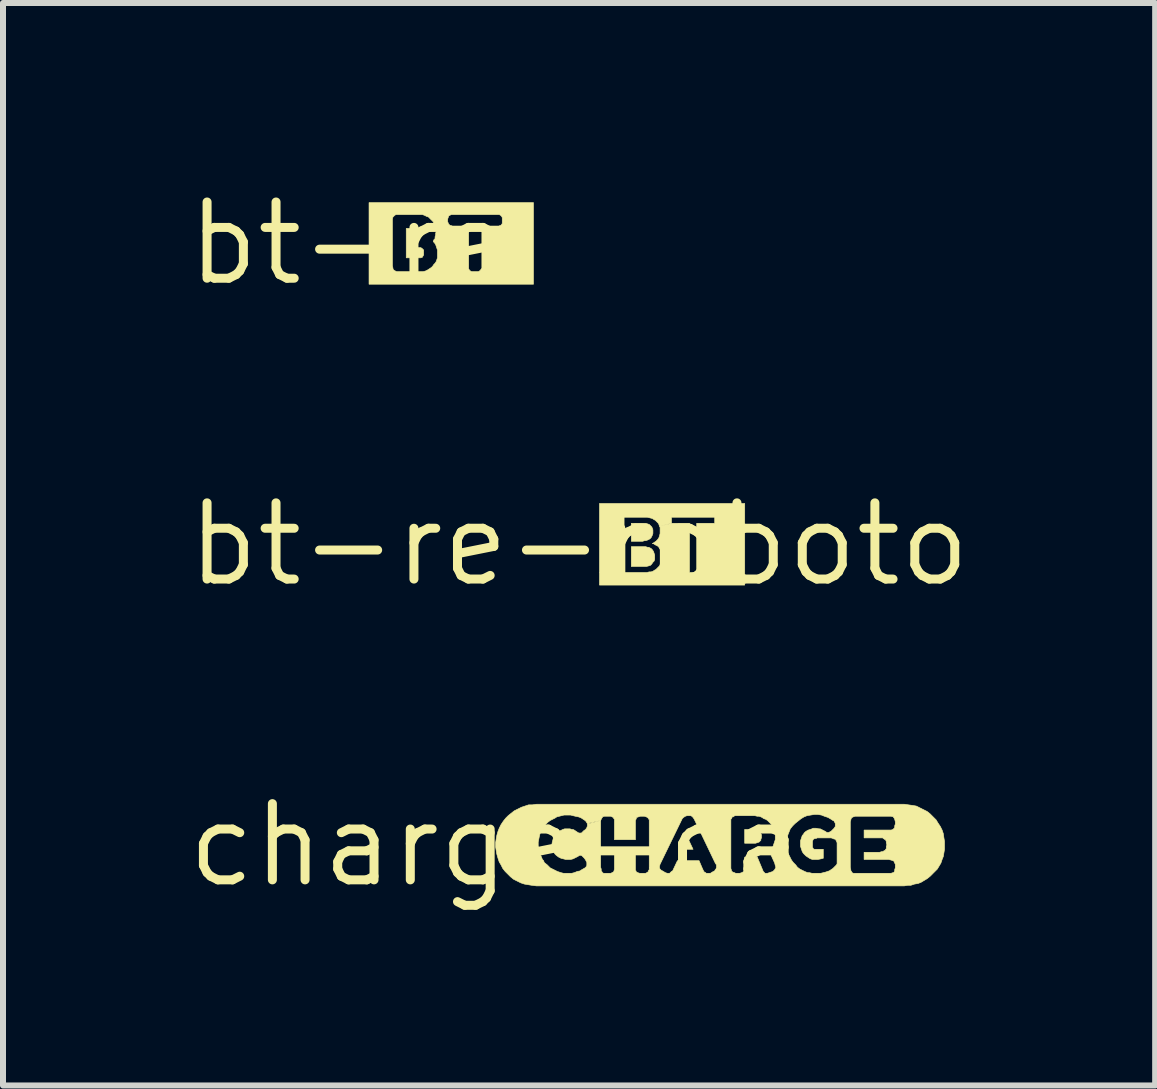
<source format=kicad_pcb>
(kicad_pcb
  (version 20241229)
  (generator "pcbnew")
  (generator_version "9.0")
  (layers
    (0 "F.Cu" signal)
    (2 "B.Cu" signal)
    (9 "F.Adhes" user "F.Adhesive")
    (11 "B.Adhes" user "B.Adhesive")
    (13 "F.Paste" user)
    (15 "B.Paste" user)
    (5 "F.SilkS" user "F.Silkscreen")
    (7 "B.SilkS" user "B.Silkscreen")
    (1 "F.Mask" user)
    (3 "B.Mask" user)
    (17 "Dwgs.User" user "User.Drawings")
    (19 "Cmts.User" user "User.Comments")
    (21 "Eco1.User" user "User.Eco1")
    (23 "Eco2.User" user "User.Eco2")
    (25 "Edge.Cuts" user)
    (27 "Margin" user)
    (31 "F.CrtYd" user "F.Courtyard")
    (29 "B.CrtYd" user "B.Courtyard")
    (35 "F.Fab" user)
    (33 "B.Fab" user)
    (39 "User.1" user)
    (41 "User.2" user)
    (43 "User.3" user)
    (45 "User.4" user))
  (footprint "charge-ca"
    (layer "F.Cu")
    (at 5.208 11.031)
    (property "Reference" "charge-ca" (at 0 0 0) (layer "F.SilkS") (effects (font (size 1.27 1.27) (thickness 0.15))))
    (attr board_only exclude_from_pos_files exclude_from_bom)
    (fp_poly (pts (xy 3.2 -0.12) (xy 3.12 0.07) (xy 3.29 0.07) (xy 3.2 -0.12)) (stroke (width 0.01) (type solid)) (fill yes) (layer "F.SilkS"))
    (fp_poly (pts (xy 4.15 -0.03) (xy 4.33 -0.03) (xy 4.36 -0.04) (xy 4.39 -0.05) (xy 4.4 -0.06) (xy 4.42 -0.08) (xy 4.42 -0.1) (xy 4.43 -0.12) (xy 4.43 -0.14) (xy 4.43 -0.17) (xy 4.42 -0.19) (xy 4.41 -0.21) (xy 4.4 -0.22) (xy 4.38 -0.24) (xy 4.36 -0.25) (xy 4.33 -0.26) (xy 4.32 -0.26) (xy 4.15 -0.26) (xy 4.15 -0.03)) (stroke (width 0.01) (type solid)) (fill yes) (layer "F.SilkS"))
    (fp_poly (pts (xy 0.68 -0.68) (xy 0.61 -0.67) (xy 0.55 -0.67) (xy 0.49 -0.65) (xy 0.43 -0.63) (xy 0.37 -0.6) (xy 0.31 -0.57) (xy 0.26 -0.53) (xy 0.21 -0.49) (xy 0.17 -0.45) (xy 0.13 -0.4) (xy 0.09 -0.34) (xy 0.06 -0.28) (xy 0.04 -0.23) (xy 0.02 -0.16) (xy 0.01 -0.1) (xy 0 -0.04) (xy 0 0.03) (xy 0.01 0.09) (xy 0.02 0.15) (xy 0.04 0.22) (xy 0.06 0.28) (xy 0.09 0.33) (xy 0.12 0.39) (xy 0.16 0.44) (xy 0.2 0.48) (xy 0.25 0.53) (xy 0.3 0.57) (xy 0.36 0.6) (xy 0.42 0.63) (xy 0.48 0.65) (xy 0.54 0.66) (xy 0.6 0.67) (xy 0.68 0.68) (xy 6.81 0.68) (xy 6.87 0.67) (xy 6.92 0.67) (xy 6.98 0.65) (xy 7.04 0.64) (xy 7.09 0.62) (xy 7.14 0.59) (xy 7.19 0.56) (xy 7.24 0.52) (xy 7.28 0.48) (xy 7.32 0.44) (xy 7.36 0.4) (xy 7.39 0.35) (xy 7.42 0.3) (xy 7.44 0.24) (xy 7.46 0.19) (xy 7.47 0.13) (xy 7.48 0.07) (xy 7.48 0.01) (xy 7.48 -0.06) (xy 7.47 -0.12) (xy 7.46 -0.19) (xy 7.44 -0.25) (xy 7.41 -0.31) (xy 7.37 -0.37) (xy 7.34 -0.42) (xy 7.29 -0.47) (xy 7.24 -0.52) (xy 7.19 -0.56) (xy 7.13 -0.59) (xy 7.07 -0.62) (xy 7.01 -0.65) (xy 6.95 -0.66) (xy 6.88 -0.67) (xy 6.81 -0.68) (xy 0.68 -0.68) (xy 0.91 -0.41) (xy 0.95 -0.43) (xy 0.99 -0.45) (xy 1.02 -0.47) (xy 1.06 -0.48) (xy 1.1 -0.49) (xy 1.14 -0.5) (xy 1.18 -0.5) (xy 1.22 -0.5) (xy 1.25 -0.5) (xy 1.29 -0.49) (xy 1.33 -0.48) (xy 1.38 -0.47) (xy 1.41 -0.46) (xy 1.43 -0.45) (xy 1.46 -0.43) (xy 1.49 -0.41) (xy 1.51 -0.39) (xy 1.52 -0.37) (xy 1.53 -0.36) (xy 1.75 -0.41) (xy 1.76 -0.43) (xy 1.77 -0.45) (xy 1.78 -0.46) (xy 1.78 -0.47) (xy 1.81 -0.48) (xy 1.84 -0.48) (xy 1.89 -0.48) (xy 1.92 -0.48) (xy 1.94 -0.47) (xy 1.96 -0.46) (xy 1.97 -0.44) (xy 1.98 -0.43) (xy 1.98 -0.42) (xy 1.98 -0.38) (xy 1.98 -0.09) (xy 2.33 -0.09) (xy 2.33 -0.41) (xy 2.34 -0.43) (xy 2.35 -0.46) (xy 2.38 -0.47) (xy 2.41 -0.48) (xy 2.45 -0.48) (xy 2.48 -0.48) (xy 2.51 -0.47) (xy 2.53 -0.46) (xy 2.55 -0.44) (xy 2.55 -0.43) (xy 2.56 -0.43) (xy 2.56 -0.4) (xy 2.56 -0.37) (xy 2.56 0.37) (xy 2.73 0.37) (xy 2.73 0.36) (xy 2.74 0.32) (xy 2.75 0.3) (xy 3.11 -0.44) (xy 3.13 -0.46) (xy 3.16 -0.48) (xy 3.19 -0.49) (xy 3.22 -0.49) (xy 3.25 -0.49) (xy 3.27 -0.48) (xy 3.29 -0.46) (xy 3.31 -0.43) (xy 3.66 0.3) (xy 3.68 0.33) (xy 3.68 0.36) (xy 3.92 0.36) (xy 3.92 -0.42) (xy 3.92 -0.43) (xy 3.93 -0.44) (xy 3.94 -0.46) (xy 3.94 -0.47) (xy 3.96 -0.47) (xy 3.97 -0.48) (xy 3.99 -0.49) (xy 4.02 -0.49) (xy 4.32 -0.49) (xy 4.36 -0.48) (xy 4.39 -0.48) (xy 4.42 -0.47) (xy 4.44 -0.46) (xy 4.47 -0.44) (xy 4.5 -0.43) (xy 4.53 -0.41) (xy 4.55 -0.39) (xy 4.58 -0.36) (xy 4.6 -0.34) (xy 4.61 -0.31) (xy 4.63 -0.28) (xy 4.64 -0.25) (xy 4.65 -0.22) (xy 4.66 -0.19) (xy 4.66 -0.16) (xy 4.66 -0.13) (xy 4.66 -0.09) (xy 4.85 -0.07) (xy 4.86 -0.12) (xy 4.87 -0.17) (xy 4.89 -0.22) (xy 4.91 -0.27) (xy 4.95 -0.32) (xy 4.99 -0.36) (xy 5.04 -0.4) (xy 5.09 -0.44) (xy 5.14 -0.47) (xy 5.19 -0.49) (xy 5.25 -0.5) (xy 5.31 -0.51) (xy 5.37 -0.51) (xy 5.43 -0.5) (xy 5.48 -0.48) (xy 5.54 -0.46) (xy 5.59 -0.43) (xy 5.62 -0.41) (xy 5.64 -0.4) (xy 5.65 -0.38) (xy 5.66 -0.36) (xy 5.66 -0.34) (xy 5.66 -0.31) (xy 5.64 -0.28) (xy 5.62 -0.26) (xy 5.59 -0.23) (xy 5.57 -0.22) (xy 5.55 -0.21) (xy 5.54 -0.21) (xy 5.52 -0.21) (xy 5.49 -0.23) (xy 5.43 -0.26) (xy 5.41 -0.27) (xy 5.39 -0.27) (xy 5.34 -0.28) (xy 5.29 -0.28) (xy 5.27 -0.27) (xy 5.24 -0.26) (xy 5.21 -0.25) (xy 5.19 -0.24) (xy 5.16 -0.22) (xy 5.14 -0.2) (xy 5.13 -0.18) (xy 5.11 -0.16) (xy 5.1 -0.13) (xy 5.09 -0.1) (xy 5.08 -0.07) (xy 5.08 -0.04) (xy 5.08 -0.01) (xy 5.08 0.02) (xy 5.09 0.05) (xy 5.1 0.08) (xy 5.11 0.11) (xy 5.13 0.14) (xy 5.15 0.16) (xy 5.17 0.18) (xy 5.2 0.2) (xy 5.23 0.22) (xy 5.25 0.23) (xy 5.28 0.24) (xy 5.32 0.24) (xy 5.37 0.24) (xy 5.42 0.23) (xy 5.46 0.22) (xy 5.46 0.07) (xy 5.35 0.07) (xy 5.32 0.07) (xy 5.31 0.07) (xy 5.29 0.06) (xy 5.29 0.05) (xy 5.28 0.04) (xy 5.28 0.01) (xy 5.28 -0.04) (xy 5.28 -0.06) (xy 5.29 -0.09) (xy 5.3 -0.1) (xy 5.32 -0.11) (xy 5.34 -0.11) (xy 5.36 -0.12) (xy 5.59 -0.12) (xy 5.62 -0.11) (xy 5.64 -0.1) (xy 5.66 -0.1) (xy 5.67 -0.08) (xy 5.68 -0.07) (xy 5.68 -0.06) (xy 5.69 -0.04) (xy 5.69 -0.02) (xy 5.69 0.29) (xy 5.69 0.31) (xy 5.91 0.37) (xy 5.91 -0.37) (xy 5.91 -0.39) (xy 5.92 -0.42) (xy 5.92 -0.43) (xy 5.93 -0.45) (xy 5.94 -0.46) (xy 5.96 -0.47) (xy 5.99 -0.48) (xy 6.02 -0.48) (xy 6.55 -0.48) (xy 6.59 -0.48) (xy 6.63 -0.47) (xy 6.63 -0.46) (xy 6.64 -0.45) (xy 6.65 -0.43) (xy 6.66 -0.39) (xy 6.66 -0.35) (xy 6.65 -0.32) (xy 6.65 -0.29) (xy 6.63 -0.27) (xy 6.62 -0.26) (xy 6.59 -0.25) (xy 6.55 -0.25) (xy 6.14 -0.25) (xy 6.14 -0.12) (xy 6.45 -0.12) (xy 6.46 -0.11) (xy 6.49 -0.09) (xy 6.5 -0.09) (xy 6.5 -0.08) (xy 6.51 -0.06) (xy 6.51 -0.04) (xy 6.52 0) (xy 6.51 0.02) (xy 6.51 0.04) (xy 6.51 0.06) (xy 6.5 0.07) (xy 6.49 0.09) (xy 6.48 0.09) (xy 6.45 0.11) (xy 6.43 0.11) (xy 6.4 0.12) (xy 6.14 0.12) (xy 6.14 0.24) (xy 6.55 0.24) (xy 6.59 0.25) (xy 6.62 0.26) (xy 6.64 0.27) (xy 6.64 0.28) (xy 6.65 0.3) (xy 6.66 0.32) (xy 6.66 0.35) (xy 6.66 0.38) (xy 6.65 0.41) (xy 6.65 0.43) (xy 6.64 0.45) (xy 6.63 0.46) (xy 6.62 0.46) (xy 6.59 0.47) (xy 6.55 0.47) (xy 6.01 0.47) (xy 5.98 0.47) (xy 5.96 0.47) (xy 5.94 0.46) (xy 5.93 0.44) (xy 5.92 0.43) (xy 5.92 0.42) (xy 5.91 0.37) (xy 5.69 0.31) (xy 5.68 0.33) (xy 5.66 0.35) (xy 5.64 0.37) (xy 5.62 0.39) (xy 5.59 0.41) (xy 5.56 0.43) (xy 5.53 0.44) (xy 5.5 0.45) (xy 5.46 0.46) (xy 5.42 0.47) (xy 5.38 0.47) (xy 5.34 0.47) (xy 5.3 0.47) (xy 5.27 0.47) (xy 5.23 0.46) (xy 5.2 0.46) (xy 5.15 0.44) (xy 5.11 0.42) (xy 5.07 0.4) (xy 5.03 0.37) (xy 5 0.33) (xy 4.96 0.29) (xy 4.93 0.25) (xy 4.91 0.21) (xy 4.89 0.17) (xy 4.87 0.13) (xy 4.86 0.08) (xy 4.85 0.03) (xy 4.85 -0.02) (xy 4.85 -0.07) (xy 4.66 -0.09) (xy 4.65 -0.06) (xy 4.64 -0.03) (xy 4.63 0) (xy 4.62 0.03) (xy 4.6 0.05) (xy 4.58 0.08) (xy 4.56 0.1) (xy 4.6 0.19) (xy 4.65 0.3) (xy 4.66 0.34) (xy 4.67 0.37) (xy 4.66 0.39) (xy 4.65 0.41) (xy 4.64 0.42) (xy 4.62 0.44) (xy 4.56 0.46) (xy 4.53 0.47) (xy 4.52 0.47) (xy 4.5 0.47) (xy 4.49 0.47) (xy 4.48 0.46) (xy 4.47 0.45) (xy 4.46 0.44) (xy 4.36 0.2) (xy 4.15 0.2) (xy 4.15 0.38) (xy 4.14 0.42) (xy 4.14 0.43) (xy 4.13 0.44) (xy 4.12 0.45) (xy 4.1 0.46) (xy 4.07 0.47) (xy 4.04 0.47) (xy 4 0.47) (xy 3.98 0.46) (xy 3.95 0.45) (xy 3.94 0.44) (xy 3.93 0.43) (xy 3.93 0.42) (xy 3.92 0.39) (xy 3.92 0.36) (xy 3.68 0.36) (xy 3.68 0.38) (xy 3.67 0.4) (xy 3.66 0.41) (xy 3.65 0.43) (xy 3.63 0.44) (xy 3.61 0.45) (xy 3.58 0.47) (xy 3.56 0.47) (xy 3.54 0.47) (xy 3.52 0.47) (xy 3.51 0.47) (xy 3.5 0.46) (xy 3.48 0.45) (xy 3.47 0.44) (xy 3.45 0.4) (xy 3.39 0.26) (xy 3.03 0.26) (xy 2.95 0.43) (xy 2.93 0.44) (xy 2.91 0.46) (xy 2.9 0.47) (xy 2.89 0.47) (xy 2.87 0.47) (xy 2.86 0.47) (xy 2.83 0.46) (xy 2.78 0.43) (xy 2.76 0.42) (xy 2.75 0.41) (xy 2.74 0.4) (xy 2.73 0.38) (xy 2.73 0.37) (xy 2.56 0.37) (xy 2.56 0.39) (xy 2.56 0.41) (xy 2.55 0.42) (xy 2.54 0.45) (xy 2.53 0.45) (xy 2.52 0.46) (xy 2.5 0.47) (xy 2.47 0.47) (xy 2.43 0.47) (xy 2.4 0.47) (xy 2.37 0.46) (xy 2.35 0.45) (xy 2.34 0.44) (xy 2.34 0.43) (xy 2.33 0.42) (xy 2.33 0.37) (xy 2.33 0.09) (xy 1.98 0.09) (xy 1.98 0.37) (xy 1.98 0.4) (xy 1.97 0.44) (xy 1.96 0.45) (xy 1.94 0.46) (xy 1.92 0.47) (xy 1.9 0.47) (xy 1.86 0.47) (xy 1.83 0.47) (xy 1.8 0.47) (xy 1.78 0.46) (xy 1.77 0.44) (xy 1.76 0.43) (xy 1.76 0.4) (xy 1.75 0.37) (xy 1.75 -0.41) (xy 1.53 -0.35) (xy 1.53 -0.34) (xy 1.53 -0.32) (xy 1.52 -0.29) (xy 1.5 -0.26) (xy 1.47 -0.24) (xy 1.45 -0.22) (xy 1.43 -0.2) (xy 1.41 -0.2) (xy 1.39 -0.2) (xy 1.37 -0.21) (xy 1.31 -0.25) (xy 1.29 -0.26) (xy 1.27 -0.26) (xy 1.24 -0.27) (xy 1.21 -0.27) (xy 1.18 -0.27) (xy 1.15 -0.27) (xy 1.12 -0.26) (xy 1.08 -0.24) (xy 1.05 -0.23) (xy 1.02 -0.2) (xy 1 -0.18) (xy 0.98 -0.16) (xy 0.97 -0.13) (xy 0.96 -0.11) (xy 0.95 -0.07) (xy 0.94 -0.03) (xy 0.94 0.01) (xy 0.95 0.05) (xy 0.96 0.09) (xy 0.97 0.12) (xy 0.99 0.15) (xy 1.01 0.17) (xy 1.05 0.2) (xy 1.09 0.22) (xy 1.13 0.23) (xy 1.17 0.24) (xy 1.21 0.24) (xy 1.25 0.24) (xy 1.29 0.23) (xy 1.33 0.21) (xy 1.37 0.19) (xy 1.4 0.17) (xy 1.41 0.17) (xy 1.42 0.17) (xy 1.44 0.18) (xy 1.46 0.2) (xy 1.48 0.22) (xy 1.5 0.25) (xy 1.51 0.27) (xy 1.52 0.29) (xy 1.52 0.31) (xy 1.52 0.32) (xy 1.52 0.34) (xy 1.51 0.36) (xy 1.49 0.38) (xy 1.42 0.42) (xy 1.41 0.43) (xy 1.36 0.44) (xy 1.31 0.46) (xy 1.27 0.47) (xy 1.22 0.47) (xy 1.19 0.47) (xy 1.16 0.47) (xy 1.13 0.47) (xy 1.09 0.46) (xy 1.03 0.44) (xy 0.97 0.41) (xy 0.91 0.38) (xy 0.86 0.33) (xy 0.81 0.29) (xy 0.8 0.26) (xy 0.78 0.24) (xy 0.76 0.19) (xy 0.74 0.15) (xy 0.73 0.1) (xy 0.72 0.06) (xy 0.71 0.01) (xy 0.71 -0.05) (xy 0.72 -0.1) (xy 0.73 -0.15) (xy 0.74 -0.19) (xy 0.76 -0.23) (xy 0.78 -0.27) (xy 0.81 -0.31) (xy 0.83 -0.34) (xy 0.87 -0.38) (xy 0.91 -0.41) (xy 0.68 -0.68)) (stroke (width 0.01) (type solid)) (fill yes) (layer "F.SilkS")))
  (footprint "bt-re"
    (layer "F.Cu")
    (at 2.759 1.006)
    (property "Reference" "bt-re" (at 0 0 0) (layer "F.SilkS") (effects (font (size 1.27 1.27) (thickness 0.15))))
    (attr board_only exclude_from_pos_files exclude_from_bom)
    (fp_poly (pts (xy 1.25 0.16) (xy 1.25 0.13) (xy 1.25 0.11) (xy 1.24 0.1) (xy 1.23 0.09) (xy 1.22 0.08) (xy 1.2 0.07) (xy 1.17 0.07) (xy 1.12 0.07) (xy 1.1 0.06) (xy 1.09 0.06) (xy 1.08 0.05) (xy 1.07 0.04) (xy 1.06 0.02) (xy 1.06 0) (xy 1.06 -0.03) (xy 1.06 -0.06) (xy 1.07 -0.08) (xy 1.08 -0.1) (xy 1.09 -0.11) (xy 1.11 -0.11) (xy 1.14 -0.11) (xy 1.18 -0.12) (xy 1.19 -0.12) (xy 1.21 -0.13) (xy 1.22 -0.14) (xy 1.23 -0.14) (xy 1.23 -0.2) (xy 1.22 -0.21) (xy 1.22 -0.23) (xy 1.21 -0.24) (xy 1.2 -0.24) (xy 1.18 -0.25) (xy 1.16 -0.25) (xy 0.96 -0.25) (xy 0.96 0.24) (xy 1.17 0.24) (xy 1.2 0.24) (xy 1.23 0.23) (xy 1.23 0.22) (xy 1.24 0.21) (xy 1.25 0.19) (xy 1.25 0.16)) (stroke (width 0.01) (type solid)) (fill yes) (layer "F.SilkS"))
    (fp_poly (pts (xy 0.68 -0.68) (xy 0.34 -0.68) (xy 0.34 0.68) (xy 3.08 0.68) (xy 3.08 -0.68) (xy 0.68 -0.68) (xy 0.77 -0.47) (xy 0.79 -0.48) (xy 0.83 -0.48) (xy 1.19 -0.48) (xy 1.23 -0.48) (xy 1.26 -0.47) (xy 1.3 -0.45) (xy 1.33 -0.44) (xy 1.35 -0.42) (xy 1.37 -0.4) (xy 1.41 -0.36) (xy 1.42 -0.33) (xy 1.43 -0.31) (xy 1.44 -0.28) (xy 1.66 -0.34) (xy 1.65 -0.36) (xy 1.65 -0.38) (xy 1.65 -0.41) (xy 1.66 -0.43) (xy 1.66 -0.44) (xy 1.67 -0.46) (xy 1.69 -0.47) (xy 1.71 -0.48) (xy 1.75 -0.48) (xy 2.48 -0.48) (xy 2.51 -0.48) (xy 2.53 -0.47) (xy 2.54 -0.46) (xy 2.55 -0.45) (xy 2.56 -0.43) (xy 2.56 -0.4) (xy 2.56 -0.36) (xy 2.56 -0.33) (xy 2.55 -0.32) (xy 2.55 -0.31) (xy 2.53 -0.3) (xy 2.5 -0.29) (xy 2.48 -0.29) (xy 2.22 -0.29) (xy 2.22 0.38) (xy 2.22 0.41) (xy 2.2 0.44) (xy 2.19 0.45) (xy 2.18 0.46) (xy 2.16 0.47) (xy 2.12 0.47) (xy 2.08 0.47) (xy 2.05 0.47) (xy 2.03 0.46) (xy 2.02 0.45) (xy 2.01 0.44) (xy 2 0.42) (xy 2 0.41) (xy 2 -0.29) (xy 1.73 -0.29) (xy 1.7 -0.3) (xy 1.69 -0.3) (xy 1.68 -0.31) (xy 1.67 -0.32) (xy 1.66 -0.33) (xy 1.66 -0.34) (xy 1.44 -0.28) (xy 1.45 -0.25) (xy 1.45 -0.23) (xy 1.46 -0.2) (xy 1.45 -0.17) (xy 1.45 -0.14) (xy 1.44 -0.11) (xy 1.44 -0.08) (xy 1.42 -0.06) (xy 1.41 -0.03) (xy 1.43 -0.01) (xy 1.45 0.02) (xy 1.46 0.05) (xy 1.47 0.08) (xy 1.48 0.11) (xy 1.48 0.14) (xy 1.48 0.18) (xy 1.48 0.21) (xy 1.48 0.24) (xy 1.47 0.27) (xy 1.46 0.3) (xy 1.44 0.33) (xy 1.42 0.35) (xy 1.4 0.38) (xy 1.38 0.4) (xy 1.35 0.42) (xy 1.32 0.44) (xy 1.28 0.46) (xy 1.24 0.47) (xy 1.2 0.47) (xy 0.82 0.47) (xy 0.8 0.47) (xy 0.78 0.46) (xy 0.76 0.45) (xy 0.75 0.44) (xy 0.74 0.43) (xy 0.74 0.42) (xy 0.73 0.37) (xy 0.73 -0.41) (xy 0.73 -0.42) (xy 0.74 -0.44) (xy 0.75 -0.45) (xy 0.76 -0.46) (xy 0.77 -0.47) (xy 0.68 -0.68)) (stroke (width 0.01) (type solid)) (fill yes) (layer "F.SilkS")))
  (footprint "bt-re-roboto"
    (layer "F.Cu")
    (at 6.599 6.019)
    (property "Reference" "bt-re-roboto" (at 0 0 0) (layer "F.SilkS") (effects (font (size 1.27 1.27) (thickness 0.15))))
    (attr board_only exclude_from_pos_files exclude_from_bom)
    (fp_poly (pts (xy 0.87 -0.05) (xy 1.06 -0.05) (xy 1.09 -0.06) (xy 1.11 -0.06) (xy 1.14 -0.07) (xy 1.16 -0.08) (xy 1.18 -0.09) (xy 1.2 -0.11) (xy 1.21 -0.13) (xy 1.22 -0.15) (xy 1.23 -0.18) (xy 1.23 -0.21) (xy 1.23 -0.24) (xy 1.22 -0.27) (xy 1.21 -0.29) (xy 1.19 -0.31) (xy 1.17 -0.33) (xy 1.14 -0.34) (xy 1.11 -0.35) (xy 1.06 -0.35) (xy 0.87 -0.35) (xy 0.87 -0.05)) (stroke (width 0.01) (type solid)) (fill yes) (layer "F.SilkS"))
    (fp_poly (pts (xy 0.87 0.04) (xy 0.87 0.37) (xy 1.08 0.37) (xy 1.12 0.37) (xy 1.16 0.36) (xy 1.19 0.35) (xy 1.21 0.33) (xy 1.23 0.3) (xy 1.25 0.28) (xy 1.26 0.25) (xy 1.26 0.22) (xy 1.26 0.18) (xy 1.25 0.15) (xy 1.24 0.12) (xy 1.22 0.09) (xy 1.2 0.07) (xy 1.18 0.06) (xy 1.16 0.05) (xy 1.14 0.05) (xy 1.11 0.04) (xy 1.08 0.04) (xy 0.87 0.04)) (stroke (width 0.01) (type solid)) (fill yes) (layer "F.SilkS"))
    (fp_poly (pts (xy 0.68 -0.68) (xy 0.34 -0.68) (xy 0.34 0.68) (xy 2.76 0.68) (xy 2.76 -0.68) (xy 0.68 -0.68) (xy 0.75 -0.45) (xy 1.05 -0.45) (xy 1.1 -0.45) (xy 1.14 -0.45) (xy 1.18 -0.44) (xy 1.22 -0.43) (xy 1.25 -0.41) (xy 1.27 -0.4) (xy 1.29 -0.38) (xy 1.3 -0.37) (xy 1.32 -0.35) (xy 1.33 -0.33) (xy 1.34 -0.3) (xy 1.54 -0.35) (xy 1.54 -0.45) (xy 2.26 -0.45) (xy 2.26 -0.35) (xy 1.96 -0.35) (xy 1.96 0.47) (xy 1.84 0.47) (xy 1.84 -0.35) (xy 1.55 -0.35) (xy 1.34 -0.3) (xy 1.35 -0.28) (xy 1.35 -0.25) (xy 1.35 -0.21) (xy 1.35 -0.18) (xy 1.34 -0.14) (xy 1.33 -0.11) (xy 1.31 -0.08) (xy 1.28 -0.05) (xy 1.25 -0.03) (xy 1.22 -0.01) (xy 1.24 -0.01) (xy 1.27 0.01) (xy 1.29 0.02) (xy 1.31 0.03) (xy 1.33 0.05) (xy 1.34 0.07) (xy 1.36 0.1) (xy 1.37 0.12) (xy 1.37 0.15) (xy 1.38 0.18) (xy 1.38 0.2) (xy 1.38 0.24) (xy 1.38 0.26) (xy 1.37 0.29) (xy 1.36 0.32) (xy 1.35 0.34) (xy 1.34 0.36) (xy 1.32 0.38) (xy 1.3 0.4) (xy 1.28 0.42) (xy 1.26 0.43) (xy 1.23 0.45) (xy 1.2 0.46) (xy 1.17 0.46) (xy 1.13 0.47) (xy 1.09 0.47) (xy 0.75 0.47) (xy 0.75 -0.45) (xy 0.68 -0.68)) (stroke (width 0.01) (type solid)) (fill yes) (layer "F.SilkS")))
  (gr_rect
    (start -3 -3)
    (end 16.198 15.037)
    (stroke (width 0.1) (type default))
    (fill no)
    (layer "Edge.Cuts")))
</source>
